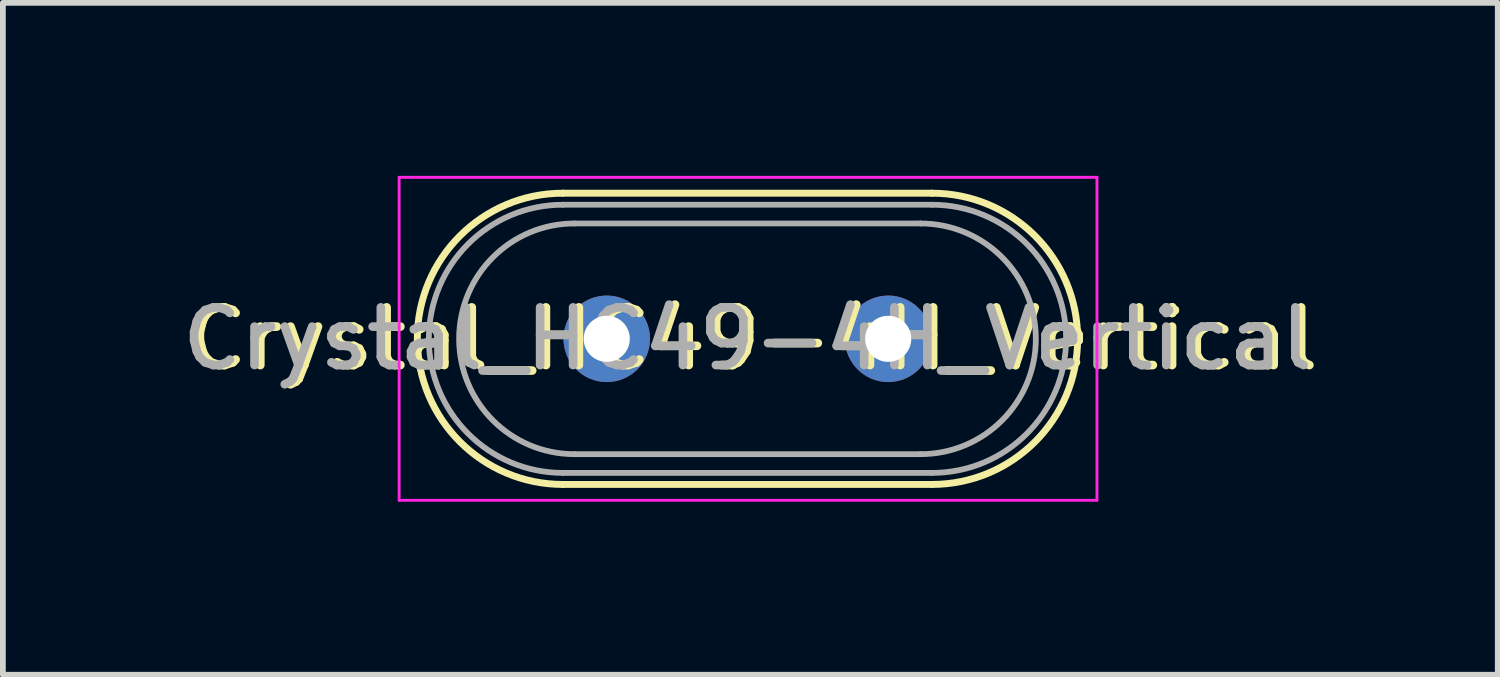
<source format=kicad_pcb>
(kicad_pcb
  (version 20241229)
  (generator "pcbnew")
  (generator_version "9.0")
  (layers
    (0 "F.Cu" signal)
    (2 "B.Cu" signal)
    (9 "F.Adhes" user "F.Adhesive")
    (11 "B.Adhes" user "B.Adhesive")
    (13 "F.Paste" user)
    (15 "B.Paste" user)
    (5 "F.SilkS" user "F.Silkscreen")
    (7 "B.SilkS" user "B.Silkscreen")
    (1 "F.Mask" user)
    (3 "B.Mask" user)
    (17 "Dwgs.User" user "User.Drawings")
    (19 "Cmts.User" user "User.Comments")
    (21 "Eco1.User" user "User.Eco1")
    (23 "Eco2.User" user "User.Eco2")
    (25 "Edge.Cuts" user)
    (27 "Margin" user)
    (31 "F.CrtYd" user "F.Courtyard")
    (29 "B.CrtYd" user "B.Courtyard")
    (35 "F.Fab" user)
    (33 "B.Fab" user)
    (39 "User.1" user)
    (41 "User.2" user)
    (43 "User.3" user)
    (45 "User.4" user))
  (footprint "Crystal_HC49-4H_Vertical"
    (layer "F.Cu")
    (at 7.471 2.825)
    (property "Reference" "Crystal_HC49-4H_Vertical" (at 2.54 0 180) (layer "F.SilkS") (effects (font (size 1 1) (thickness 0.15))))
    (attr through_hole)
    (fp_line (start -0.76 -2.525) (end 5.64 -2.525) (stroke (width 0.12) (type solid)) (layer "F.SilkS"))
    (fp_line (start -0.76 2.525) (end 5.64 2.525) (stroke (width 0.12) (type solid)) (layer "F.SilkS"))
    (fp_arc (start -0.76 2.525) (mid -3.285 0) (end -0.76 -2.525) (stroke (width 0.12) (type solid)) (layer "F.SilkS"))
    (fp_arc (start 5.64 -2.525) (mid 8.165 0) (end 5.64 2.525) (stroke (width 0.12) (type solid)) (layer "F.SilkS"))
    (fp_line (start -3.6 -2.8) (end -3.6 2.8) (stroke (width 0.05) (type solid)) (layer "F.CrtYd"))
    (fp_line (start -3.6 2.8) (end 8.5 2.8) (stroke (width 0.05) (type solid)) (layer "F.CrtYd"))
    (fp_line (start 8.5 -2.8) (end -3.6 -2.8) (stroke (width 0.05) (type solid)) (layer "F.CrtYd"))
    (fp_line (start 8.5 2.8) (end 8.5 -2.8) (stroke (width 0.05) (type solid)) (layer "F.CrtYd"))
    (fp_line (start -0.76 -2.325) (end 5.64 -2.325) (stroke (width 0.1) (type solid)) (layer "F.Fab"))
    (fp_line (start -0.76 2.325) (end 5.64 2.325) (stroke (width 0.1) (type solid)) (layer "F.Fab"))
    (fp_line (start -0.56 -2) (end 5.44 -2) (stroke (width 0.1) (type solid)) (layer "F.Fab"))
    (fp_line (start -0.56 2) (end 5.44 2) (stroke (width 0.1) (type solid)) (layer "F.Fab"))
    (fp_arc (start -0.76 2.325) (mid -3.085 0) (end -0.76 -2.325) (stroke (width 0.1) (type solid)) (layer "F.Fab"))
    (fp_arc (start -0.56 2) (mid -2.56 0) (end -0.56 -2) (stroke (width 0.1) (type solid)) (layer "F.Fab"))
    (fp_arc (start 5.44 -2) (mid 7.44 0) (end 5.44 2) (stroke (width 0.1) (type solid)) (layer "F.Fab"))
    (fp_arc (start 5.64 -2.325) (mid 7.965 0) (end 5.64 2.325) (stroke (width 0.1) (type solid)) (layer "F.Fab"))
    (fp_text user "${REFERENCE}" (at 2.44 0 180) (layer "F.Fab") (effects (font (size 1 1) (thickness 0.15))))
    (pad "1" thru_hole circle (at 0 0) (size 1.5 1.5) (drill 0.8) (layers "*.Cu" "*.Mask"))
    (pad "2" thru_hole circle (at 4.88 0) (size 1.5 1.5) (drill 0.8) (layers "*.Cu" "*.Mask")))
  (gr_rect
    (start -3 -3)
    (end 22.921 8.65)
    (stroke (width 0.1) (type default))
    (fill no)
    (layer "Edge.Cuts")))
</source>
